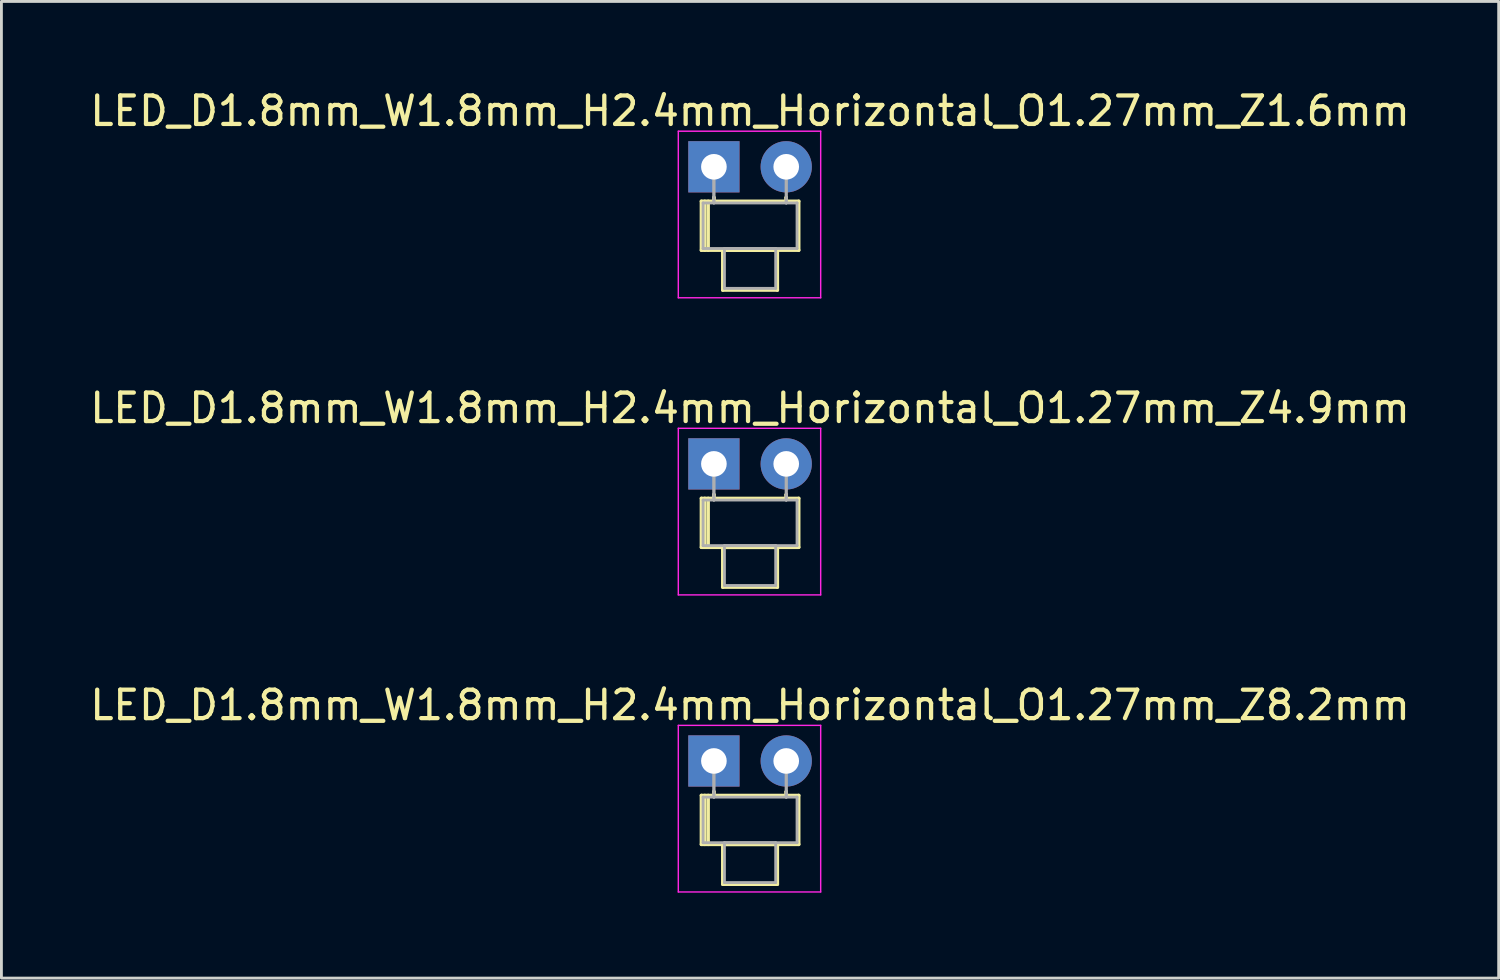
<source format=kicad_pcb>
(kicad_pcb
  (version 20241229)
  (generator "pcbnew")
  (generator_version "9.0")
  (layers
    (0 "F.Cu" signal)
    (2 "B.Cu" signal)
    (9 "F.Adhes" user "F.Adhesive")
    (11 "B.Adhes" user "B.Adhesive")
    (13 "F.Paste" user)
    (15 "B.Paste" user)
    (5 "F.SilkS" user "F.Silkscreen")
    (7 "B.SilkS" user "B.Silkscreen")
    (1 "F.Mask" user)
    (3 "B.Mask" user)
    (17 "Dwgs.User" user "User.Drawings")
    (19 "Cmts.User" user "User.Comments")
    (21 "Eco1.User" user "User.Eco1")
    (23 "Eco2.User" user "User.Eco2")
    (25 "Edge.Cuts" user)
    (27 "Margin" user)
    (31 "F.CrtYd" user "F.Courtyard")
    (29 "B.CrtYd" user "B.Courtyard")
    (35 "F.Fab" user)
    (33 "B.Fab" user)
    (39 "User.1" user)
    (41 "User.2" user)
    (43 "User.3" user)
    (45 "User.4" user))
  (footprint "LED_D1.8mm_W1.8mm_H2.4mm_Horizontal_O1.27mm_Z8.2mm"
    (layer "F.Cu")
    (at 22.022 23.675)
    (property "Reference" "LED_D1.8mm_W1.8mm_H2.4mm_Horizontal_O1.27mm_Z8.2mm" (at 1.27 -1.96 0) (layer "F.SilkS") (effects (font (size 1 1) (thickness 0.15))))
    (attr through_hole)
    (fp_line (start -0.44 1.21) (end -0.44 2.93) (stroke (width 0.12) (type solid)) (layer "F.SilkS"))
    (fp_line (start -0.44 2.93) (end 2.98 2.93) (stroke (width 0.12) (type solid)) (layer "F.SilkS"))
    (fp_line (start -0.32 1.21) (end -0.32 2.93) (stroke (width 0.12) (type solid)) (layer "F.SilkS"))
    (fp_line (start -0.2 1.21) (end -0.2 2.93) (stroke (width 0.12) (type solid)) (layer "F.SilkS"))
    (fp_line (start 0 1.08) (end 0 1.08) (stroke (width 0.12) (type solid)) (layer "F.SilkS"))
    (fp_line (start 0 1.08) (end 0 1.21) (stroke (width 0.12) (type solid)) (layer "F.SilkS"))
    (fp_line (start 0 1.21) (end 0 1.08) (stroke (width 0.12) (type solid)) (layer "F.SilkS"))
    (fp_line (start 0 1.21) (end 0 1.21) (stroke (width 0.12) (type solid)) (layer "F.SilkS"))
    (fp_line (start 0.31 2.93) (end 0.31 4.33) (stroke (width 0.12) (type solid)) (layer "F.SilkS"))
    (fp_line (start 0.31 4.33) (end 2.23 4.33) (stroke (width 0.12) (type solid)) (layer "F.SilkS"))
    (fp_line (start 2.23 2.93) (end 0.31 2.93) (stroke (width 0.12) (type solid)) (layer "F.SilkS"))
    (fp_line (start 2.23 4.33) (end 2.23 2.93) (stroke (width 0.12) (type solid)) (layer "F.SilkS"))
    (fp_line (start 2.54 1.08) (end 2.54 1.08) (stroke (width 0.12) (type solid)) (layer "F.SilkS"))
    (fp_line (start 2.54 1.08) (end 2.54 1.21) (stroke (width 0.12) (type solid)) (layer "F.SilkS"))
    (fp_line (start 2.54 1.21) (end 2.54 1.08) (stroke (width 0.12) (type solid)) (layer "F.SilkS"))
    (fp_line (start 2.54 1.21) (end 2.54 1.21) (stroke (width 0.12) (type solid)) (layer "F.SilkS"))
    (fp_line (start 2.98 1.21) (end -0.44 1.21) (stroke (width 0.12) (type solid)) (layer "F.SilkS"))
    (fp_line (start 2.98 2.93) (end 2.98 1.21) (stroke (width 0.12) (type solid)) (layer "F.SilkS"))
    (fp_line (start -1.25 -1.25) (end -1.25 4.6) (stroke (width 0.05) (type solid)) (layer "F.CrtYd"))
    (fp_line (start -1.25 4.6) (end 3.75 4.6) (stroke (width 0.05) (type solid)) (layer "F.CrtYd"))
    (fp_line (start 3.75 -1.25) (end -1.25 -1.25) (stroke (width 0.05) (type solid)) (layer "F.CrtYd"))
    (fp_line (start 3.75 4.6) (end 3.75 -1.25) (stroke (width 0.05) (type solid)) (layer "F.CrtYd"))
    (fp_line (start -0.38 1.27) (end -0.38 2.87) (stroke (width 0.1) (type solid)) (layer "F.Fab"))
    (fp_line (start -0.38 2.87) (end 2.92 2.87) (stroke (width 0.1) (type solid)) (layer "F.Fab"))
    (fp_line (start 0 0) (end 0 0) (stroke (width 0.1) (type solid)) (layer "F.Fab"))
    (fp_line (start 0 0) (end 0 1.27) (stroke (width 0.1) (type solid)) (layer "F.Fab"))
    (fp_line (start 0 1.27) (end 0 0) (stroke (width 0.1) (type solid)) (layer "F.Fab"))
    (fp_line (start 0 1.27) (end 0 1.27) (stroke (width 0.1) (type solid)) (layer "F.Fab"))
    (fp_line (start 0.37 2.87) (end 0.37 4.27) (stroke (width 0.1) (type solid)) (layer "F.Fab"))
    (fp_line (start 0.37 4.27) (end 2.17 4.27) (stroke (width 0.1) (type solid)) (layer "F.Fab"))
    (fp_line (start 2.17 2.87) (end 0.37 2.87) (stroke (width 0.1) (type solid)) (layer "F.Fab"))
    (fp_line (start 2.17 4.27) (end 2.17 2.87) (stroke (width 0.1) (type solid)) (layer "F.Fab"))
    (fp_line (start 2.54 0) (end 2.54 0) (stroke (width 0.1) (type solid)) (layer "F.Fab"))
    (fp_line (start 2.54 0) (end 2.54 1.27) (stroke (width 0.1) (type solid)) (layer "F.Fab"))
    (fp_line (start 2.54 1.27) (end 2.54 0) (stroke (width 0.1) (type solid)) (layer "F.Fab"))
    (fp_line (start 2.54 1.27) (end 2.54 1.27) (stroke (width 0.1) (type solid)) (layer "F.Fab"))
    (fp_line (start 2.92 1.27) (end -0.38 1.27) (stroke (width 0.1) (type solid)) (layer "F.Fab"))
    (fp_line (start 2.92 2.87) (end 2.92 1.27) (stroke (width 0.1) (type solid)) (layer "F.Fab"))
    (pad "1" thru_hole rect (at 0 0) (size 1.8 1.8) (drill 0.9) (layers "*.Cu" "*.Mask"))
    (pad "2" thru_hole circle (at 2.54 0) (size 1.8 1.8) (drill 0.9) (layers "*.Cu" "*.Mask")))
  (footprint "LED_D1.8mm_W1.8mm_H2.4mm_Horizontal_O1.27mm_Z1.6mm"
    (layer "F.Cu")
    (at 22.022 2.808)
    (property "Reference" "LED_D1.8mm_W1.8mm_H2.4mm_Horizontal_O1.27mm_Z1.6mm" (at 1.27 -1.96 0) (layer "F.SilkS") (effects (font (size 1 1) (thickness 0.15))))
    (attr through_hole)
    (fp_line (start -0.44 1.21) (end -0.44 2.93) (stroke (width 0.12) (type solid)) (layer "F.SilkS"))
    (fp_line (start -0.44 2.93) (end 2.98 2.93) (stroke (width 0.12) (type solid)) (layer "F.SilkS"))
    (fp_line (start -0.32 1.21) (end -0.32 2.93) (stroke (width 0.12) (type solid)) (layer "F.SilkS"))
    (fp_line (start -0.2 1.21) (end -0.2 2.93) (stroke (width 0.12) (type solid)) (layer "F.SilkS"))
    (fp_line (start 0 1.08) (end 0 1.08) (stroke (width 0.12) (type solid)) (layer "F.SilkS"))
    (fp_line (start 0 1.08) (end 0 1.21) (stroke (width 0.12) (type solid)) (layer "F.SilkS"))
    (fp_line (start 0 1.21) (end 0 1.08) (stroke (width 0.12) (type solid)) (layer "F.SilkS"))
    (fp_line (start 0 1.21) (end 0 1.21) (stroke (width 0.12) (type solid)) (layer "F.SilkS"))
    (fp_line (start 0.31 2.93) (end 0.31 4.33) (stroke (width 0.12) (type solid)) (layer "F.SilkS"))
    (fp_line (start 0.31 4.33) (end 2.23 4.33) (stroke (width 0.12) (type solid)) (layer "F.SilkS"))
    (fp_line (start 2.23 2.93) (end 0.31 2.93) (stroke (width 0.12) (type solid)) (layer "F.SilkS"))
    (fp_line (start 2.23 4.33) (end 2.23 2.93) (stroke (width 0.12) (type solid)) (layer "F.SilkS"))
    (fp_line (start 2.54 1.08) (end 2.54 1.08) (stroke (width 0.12) (type solid)) (layer "F.SilkS"))
    (fp_line (start 2.54 1.08) (end 2.54 1.21) (stroke (width 0.12) (type solid)) (layer "F.SilkS"))
    (fp_line (start 2.54 1.21) (end 2.54 1.08) (stroke (width 0.12) (type solid)) (layer "F.SilkS"))
    (fp_line (start 2.54 1.21) (end 2.54 1.21) (stroke (width 0.12) (type solid)) (layer "F.SilkS"))
    (fp_line (start 2.98 1.21) (end -0.44 1.21) (stroke (width 0.12) (type solid)) (layer "F.SilkS"))
    (fp_line (start 2.98 2.93) (end 2.98 1.21) (stroke (width 0.12) (type solid)) (layer "F.SilkS"))
    (fp_line (start -1.25 -1.25) (end -1.25 4.6) (stroke (width 0.05) (type solid)) (layer "F.CrtYd"))
    (fp_line (start -1.25 4.6) (end 3.75 4.6) (stroke (width 0.05) (type solid)) (layer "F.CrtYd"))
    (fp_line (start 3.75 -1.25) (end -1.25 -1.25) (stroke (width 0.05) (type solid)) (layer "F.CrtYd"))
    (fp_line (start 3.75 4.6) (end 3.75 -1.25) (stroke (width 0.05) (type solid)) (layer "F.CrtYd"))
    (fp_line (start -0.38 1.27) (end -0.38 2.87) (stroke (width 0.1) (type solid)) (layer "F.Fab"))
    (fp_line (start -0.38 2.87) (end 2.92 2.87) (stroke (width 0.1) (type solid)) (layer "F.Fab"))
    (fp_line (start 0 0) (end 0 0) (stroke (width 0.1) (type solid)) (layer "F.Fab"))
    (fp_line (start 0 0) (end 0 1.27) (stroke (width 0.1) (type solid)) (layer "F.Fab"))
    (fp_line (start 0 1.27) (end 0 0) (stroke (width 0.1) (type solid)) (layer "F.Fab"))
    (fp_line (start 0 1.27) (end 0 1.27) (stroke (width 0.1) (type solid)) (layer "F.Fab"))
    (fp_line (start 0.37 2.87) (end 0.37 4.27) (stroke (width 0.1) (type solid)) (layer "F.Fab"))
    (fp_line (start 0.37 4.27) (end 2.17 4.27) (stroke (width 0.1) (type solid)) (layer "F.Fab"))
    (fp_line (start 2.17 2.87) (end 0.37 2.87) (stroke (width 0.1) (type solid)) (layer "F.Fab"))
    (fp_line (start 2.17 4.27) (end 2.17 2.87) (stroke (width 0.1) (type solid)) (layer "F.Fab"))
    (fp_line (start 2.54 0) (end 2.54 0) (stroke (width 0.1) (type solid)) (layer "F.Fab"))
    (fp_line (start 2.54 0) (end 2.54 1.27) (stroke (width 0.1) (type solid)) (layer "F.Fab"))
    (fp_line (start 2.54 1.27) (end 2.54 0) (stroke (width 0.1) (type solid)) (layer "F.Fab"))
    (fp_line (start 2.54 1.27) (end 2.54 1.27) (stroke (width 0.1) (type solid)) (layer "F.Fab"))
    (fp_line (start 2.92 1.27) (end -0.38 1.27) (stroke (width 0.1) (type solid)) (layer "F.Fab"))
    (fp_line (start 2.92 2.87) (end 2.92 1.27) (stroke (width 0.1) (type solid)) (layer "F.Fab"))
    (pad "1" thru_hole rect (at 0 0) (size 1.8 1.8) (drill 0.9) (layers "*.Cu" "*.Mask"))
    (pad "2" thru_hole circle (at 2.54 0) (size 1.8 1.8) (drill 0.9) (layers "*.Cu" "*.Mask")))
  (footprint "LED_D1.8mm_W1.8mm_H2.4mm_Horizontal_O1.27mm_Z4.9mm"
    (layer "F.Cu")
    (at 22.022 13.242)
    (property "Reference" "LED_D1.8mm_W1.8mm_H2.4mm_Horizontal_O1.27mm_Z4.9mm" (at 1.27 -1.96 0) (layer "F.SilkS") (effects (font (size 1 1) (thickness 0.15))))
    (attr through_hole)
    (fp_line (start -0.44 1.21) (end -0.44 2.93) (stroke (width 0.12) (type solid)) (layer "F.SilkS"))
    (fp_line (start -0.44 2.93) (end 2.98 2.93) (stroke (width 0.12) (type solid)) (layer "F.SilkS"))
    (fp_line (start -0.32 1.21) (end -0.32 2.93) (stroke (width 0.12) (type solid)) (layer "F.SilkS"))
    (fp_line (start -0.2 1.21) (end -0.2 2.93) (stroke (width 0.12) (type solid)) (layer "F.SilkS"))
    (fp_line (start 0 1.08) (end 0 1.08) (stroke (width 0.12) (type solid)) (layer "F.SilkS"))
    (fp_line (start 0 1.08) (end 0 1.21) (stroke (width 0.12) (type solid)) (layer "F.SilkS"))
    (fp_line (start 0 1.21) (end 0 1.08) (stroke (width 0.12) (type solid)) (layer "F.SilkS"))
    (fp_line (start 0 1.21) (end 0 1.21) (stroke (width 0.12) (type solid)) (layer "F.SilkS"))
    (fp_line (start 0.31 2.93) (end 0.31 4.33) (stroke (width 0.12) (type solid)) (layer "F.SilkS"))
    (fp_line (start 0.31 4.33) (end 2.23 4.33) (stroke (width 0.12) (type solid)) (layer "F.SilkS"))
    (fp_line (start 2.23 2.93) (end 0.31 2.93) (stroke (width 0.12) (type solid)) (layer "F.SilkS"))
    (fp_line (start 2.23 4.33) (end 2.23 2.93) (stroke (width 0.12) (type solid)) (layer "F.SilkS"))
    (fp_line (start 2.54 1.08) (end 2.54 1.08) (stroke (width 0.12) (type solid)) (layer "F.SilkS"))
    (fp_line (start 2.54 1.08) (end 2.54 1.21) (stroke (width 0.12) (type solid)) (layer "F.SilkS"))
    (fp_line (start 2.54 1.21) (end 2.54 1.08) (stroke (width 0.12) (type solid)) (layer "F.SilkS"))
    (fp_line (start 2.54 1.21) (end 2.54 1.21) (stroke (width 0.12) (type solid)) (layer "F.SilkS"))
    (fp_line (start 2.98 1.21) (end -0.44 1.21) (stroke (width 0.12) (type solid)) (layer "F.SilkS"))
    (fp_line (start 2.98 2.93) (end 2.98 1.21) (stroke (width 0.12) (type solid)) (layer "F.SilkS"))
    (fp_line (start -1.25 -1.25) (end -1.25 4.6) (stroke (width 0.05) (type solid)) (layer "F.CrtYd"))
    (fp_line (start -1.25 4.6) (end 3.75 4.6) (stroke (width 0.05) (type solid)) (layer "F.CrtYd"))
    (fp_line (start 3.75 -1.25) (end -1.25 -1.25) (stroke (width 0.05) (type solid)) (layer "F.CrtYd"))
    (fp_line (start 3.75 4.6) (end 3.75 -1.25) (stroke (width 0.05) (type solid)) (layer "F.CrtYd"))
    (fp_line (start -0.38 1.27) (end -0.38 2.87) (stroke (width 0.1) (type solid)) (layer "F.Fab"))
    (fp_line (start -0.38 2.87) (end 2.92 2.87) (stroke (width 0.1) (type solid)) (layer "F.Fab"))
    (fp_line (start 0 0) (end 0 0) (stroke (width 0.1) (type solid)) (layer "F.Fab"))
    (fp_line (start 0 0) (end 0 1.27) (stroke (width 0.1) (type solid)) (layer "F.Fab"))
    (fp_line (start 0 1.27) (end 0 0) (stroke (width 0.1) (type solid)) (layer "F.Fab"))
    (fp_line (start 0 1.27) (end 0 1.27) (stroke (width 0.1) (type solid)) (layer "F.Fab"))
    (fp_line (start 0.37 2.87) (end 0.37 4.27) (stroke (width 0.1) (type solid)) (layer "F.Fab"))
    (fp_line (start 0.37 4.27) (end 2.17 4.27) (stroke (width 0.1) (type solid)) (layer "F.Fab"))
    (fp_line (start 2.17 2.87) (end 0.37 2.87) (stroke (width 0.1) (type solid)) (layer "F.Fab"))
    (fp_line (start 2.17 4.27) (end 2.17 2.87) (stroke (width 0.1) (type solid)) (layer "F.Fab"))
    (fp_line (start 2.54 0) (end 2.54 0) (stroke (width 0.1) (type solid)) (layer "F.Fab"))
    (fp_line (start 2.54 0) (end 2.54 1.27) (stroke (width 0.1) (type solid)) (layer "F.Fab"))
    (fp_line (start 2.54 1.27) (end 2.54 0) (stroke (width 0.1) (type solid)) (layer "F.Fab"))
    (fp_line (start 2.54 1.27) (end 2.54 1.27) (stroke (width 0.1) (type solid)) (layer "F.Fab"))
    (fp_line (start 2.92 1.27) (end -0.38 1.27) (stroke (width 0.1) (type solid)) (layer "F.Fab"))
    (fp_line (start 2.92 2.87) (end 2.92 1.27) (stroke (width 0.1) (type solid)) (layer "F.Fab"))
    (pad "1" thru_hole rect (at 0 0) (size 1.8 1.8) (drill 0.9) (layers "*.Cu" "*.Mask"))
    (pad "2" thru_hole circle (at 2.54 0) (size 1.8 1.8) (drill 0.9) (layers "*.Cu" "*.Mask")))
  (gr_rect
    (start -3 -3)
    (end 49.583 31.3)
    (stroke (width 0.1) (type default))
    (fill no)
    (layer "Edge.Cuts")))
</source>
